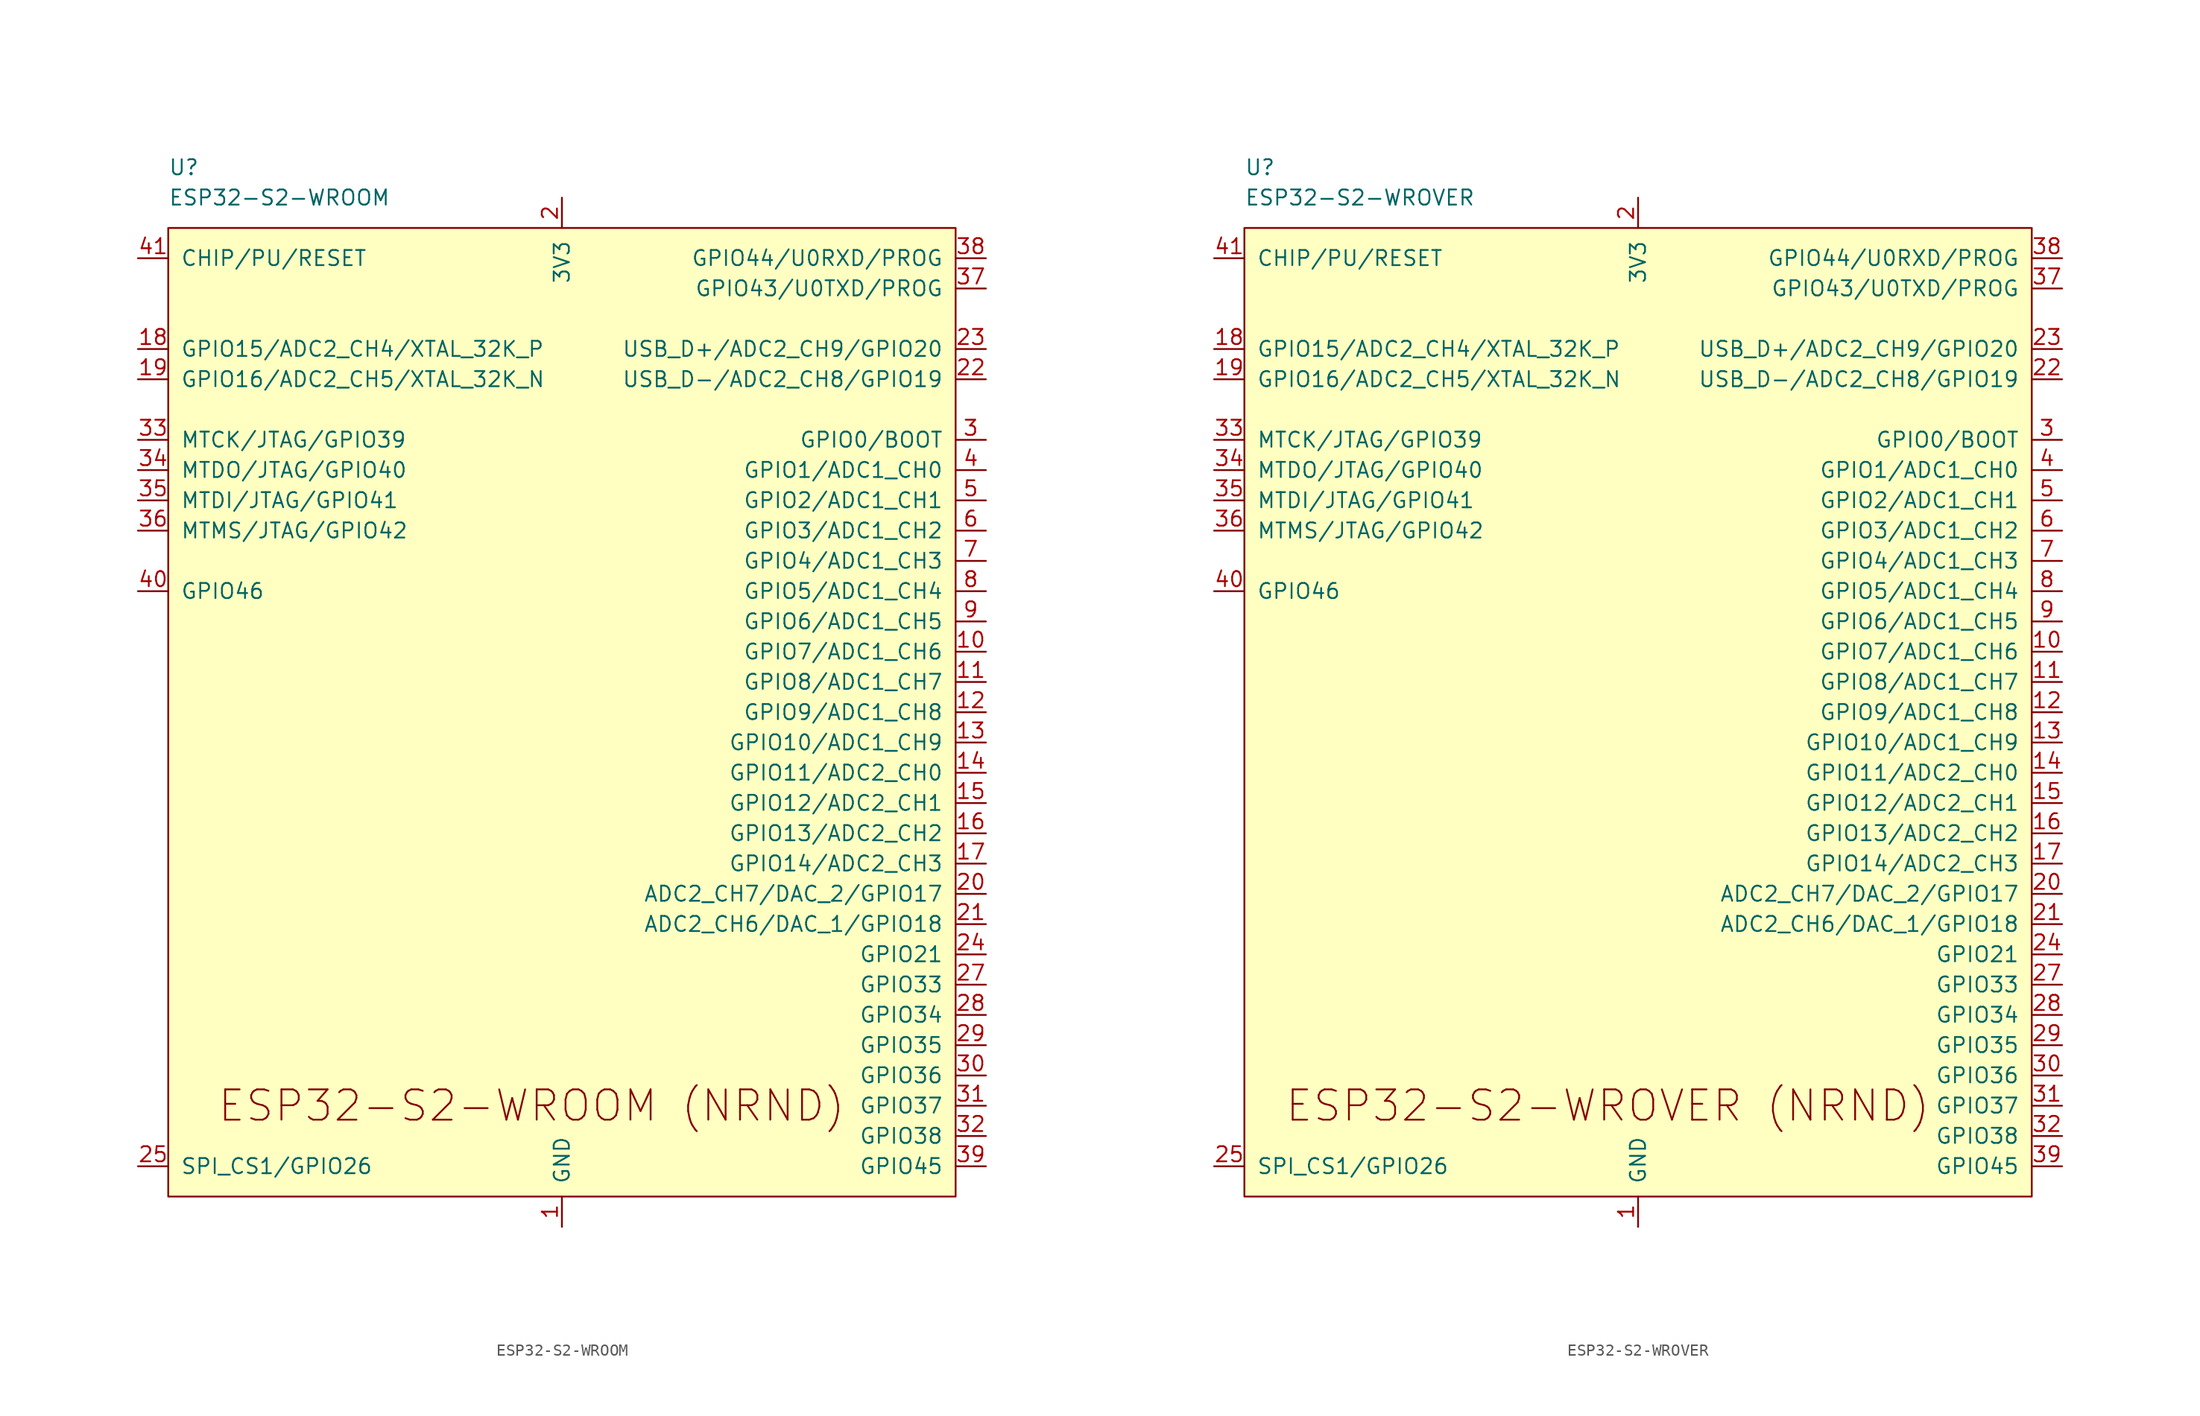
<source format=kicad_sym>
(kicad_symbol_lib
  (version 20220914)
  (generator kicad_symbol_editor)
  (symbol "ESP32-S2-WROOM"
    (pin_names
      (offset 1.016))
    (property "Reference" "U"
      (at -33.02 45.72 0)
      (effects (font (size 1.27 1.27)) (justify left)))
    (property "Value" "ESP32-S2-WROOM"
      (at -33.02 43.18 0)
      (effects (font (size 1.27 1.27)) (justify left)))
    (symbol "ESP32-S2-WROOM_0_0"
      (pin passive line (at 0 -43.18 90) (length 2.54) hide (name "GND" (effects (font (size 1.27 1.27)))) (number "43" (effects (font (size 1.27 1.27))))))
    (symbol "ESP32-S2-WROOM_0_1"
      (rectangle (start -33.02 40.64) (end 33.02 -40.64) (stroke (width 0) (type default)) (fill (type background))))
    (symbol "ESP32-S2-WROOM_1_1"
      (text "ESP32-S2-WROOM (NRND)" (at -2.54 -33.02 0) (effects (font (size 2.54 2.54))))
      (pin power_in line (at 0 -43.18 90) (length 2.54) (name "GND" (effects (font (size 1.27 1.27)))) (number "1" (effects (font (size 1.27 1.27)))))
      (pin bidirectional line (at 35.56 5.08 180) (length 2.54) (name "GPIO7/ADC1_CH6" (effects (font (size 1.27 1.27)))) (number "10" (effects (font (size 1.27 1.27)))))
      (pin bidirectional line (at 35.56 2.54 180) (length 2.54) (name "GPIO8/ADC1_CH7" (effects (font (size 1.27 1.27)))) (number "11" (effects (font (size 1.27 1.27)))))
      (pin bidirectional line (at 35.56 0 180) (length 2.54) (name "GPIO9/ADC1_CH8" (effects (font (size 1.27 1.27)))) (number "12" (effects (font (size 1.27 1.27)))))
      (pin bidirectional line (at 35.56 -2.54 180) (length 2.54) (name "GPIO10/ADC1_CH9" (effects (font (size 1.27 1.27)))) (number "13" (effects (font (size 1.27 1.27)))))
      (pin bidirectional line (at 35.56 -5.08 180) (length 2.54) (name "GPIO11/ADC2_CH0" (effects (font (size 1.27 1.27)))) (number "14" (effects (font (size 1.27 1.27)))))
      (pin bidirectional line (at 35.56 -7.62 180) (length 2.54) (name "GPIO12/ADC2_CH1" (effects (font (size 1.27 1.27)))) (number "15" (effects (font (size 1.27 1.27)))))
      (pin bidirectional line (at 35.56 -10.16 180) (length 2.54) (name "GPIO13/ADC2_CH2" (effects (font (size 1.27 1.27)))) (number "16" (effects (font (size 1.27 1.27)))))
      (pin bidirectional line (at 35.56 -12.7 180) (length 2.54) (name "GPIO14/ADC2_CH3" (effects (font (size 1.27 1.27)))) (number "17" (effects (font (size 1.27 1.27)))))
      (pin bidirectional line (at -35.56 30.48 0) (length 2.54) (name "GPIO15/ADC2_CH4/XTAL_32K_P" (effects (font (size 1.27 1.27)))) (number "18" (effects (font (size 1.27 1.27)))))
      (pin bidirectional line (at -35.56 27.94 0) (length 2.54) (name "GPIO16/ADC2_CH5/XTAL_32K_N" (effects (font (size 1.27 1.27)))) (number "19" (effects (font (size 1.27 1.27)))))
      (pin power_in line (at 0 43.18 270) (length 2.54) (name "3V3" (effects (font (size 1.27 1.27)))) (number "2" (effects (font (size 1.27 1.27)))))
      (pin bidirectional line (at 35.56 -15.24 180) (length 2.54) (name "ADC2_CH7/DAC_2/GPIO17" (effects (font (size 1.27 1.27)))) (number "20" (effects (font (size 1.27 1.27)))))
      (pin bidirectional line (at 35.56 -17.78 180) (length 2.54) (name "ADC2_CH6/DAC_1/GPIO18" (effects (font (size 1.27 1.27)))) (number "21" (effects (font (size 1.27 1.27)))))
      (pin bidirectional line (at 35.56 27.94 180) (length 2.54) (name "USB_D-/ADC2_CH8/GPIO19" (effects (font (size 1.27 1.27)))) (number "22" (effects (font (size 1.27 1.27)))))
      (pin bidirectional line (at 35.56 30.48 180) (length 2.54) (name "USB_D+/ADC2_CH9/GPIO20" (effects (font (size 1.27 1.27)))) (number "23" (effects (font (size 1.27 1.27)))))
      (pin bidirectional line (at 35.56 -20.32 180) (length 2.54) (name "GPIO21" (effects (font (size 1.27 1.27)))) (number "24" (effects (font (size 1.27 1.27)))))
      (pin bidirectional line (at -35.56 -38.1 0) (length 2.54) (name "SPI_CS1/GPIO26" (effects (font (size 1.27 1.27)))) (number "25" (effects (font (size 1.27 1.27)))))
      (pin passive line (at 0 -43.18 90) (length 2.54) hide (name "GND" (effects (font (size 1.27 1.27)))) (number "26" (effects (font (size 1.27 1.27)))))
      (pin bidirectional line (at 35.56 -22.86 180) (length 2.54) (name "GPIO33" (effects (font (size 1.27 1.27)))) (number "27" (effects (font (size 1.27 1.27)))))
      (pin bidirectional line (at 35.56 -25.4 180) (length 2.54) (name "GPIO34" (effects (font (size 1.27 1.27)))) (number "28" (effects (font (size 1.27 1.27)))))
      (pin bidirectional line (at 35.56 -27.94 180) (length 2.54) (name "GPIO35" (effects (font (size 1.27 1.27)))) (number "29" (effects (font (size 1.27 1.27)))))
      (pin bidirectional line (at 35.56 22.86 180) (length 2.54) (name "GPIO0/BOOT" (effects (font (size 1.27 1.27)))) (number "3" (effects (font (size 1.27 1.27)))))
      (pin bidirectional line (at 35.56 -30.48 180) (length 2.54) (name "GPIO36" (effects (font (size 1.27 1.27)))) (number "30" (effects (font (size 1.27 1.27)))))
      (pin bidirectional line (at 35.56 -33.02 180) (length 2.54) (name "GPIO37" (effects (font (size 1.27 1.27)))) (number "31" (effects (font (size 1.27 1.27)))))
      (pin bidirectional line (at 35.56 -35.56 180) (length 2.54) (name "GPIO38" (effects (font (size 1.27 1.27)))) (number "32" (effects (font (size 1.27 1.27)))))
      (pin bidirectional line (at -35.56 22.86 0) (length 2.54) (name "MTCK/JTAG/GPIO39" (effects (font (size 1.27 1.27)))) (number "33" (effects (font (size 1.27 1.27)))))
      (pin bidirectional line (at -35.56 20.32 0) (length 2.54) (name "MTDO/JTAG/GPIO40" (effects (font (size 1.27 1.27)))) (number "34" (effects (font (size 1.27 1.27)))))
      (pin bidirectional line (at -35.56 17.78 0) (length 2.54) (name "MTDI/JTAG/GPIO41" (effects (font (size 1.27 1.27)))) (number "35" (effects (font (size 1.27 1.27)))))
      (pin bidirectional line (at -35.56 15.24 0) (length 2.54) (name "MTMS/JTAG/GPIO42" (effects (font (size 1.27 1.27)))) (number "36" (effects (font (size 1.27 1.27)))))
      (pin bidirectional line (at 35.56 35.56 180) (length 2.54) (name "GPIO43/U0TXD/PROG" (effects (font (size 1.27 1.27)))) (number "37" (effects (font (size 1.27 1.27)))))
      (pin bidirectional line (at 35.56 38.1 180) (length 2.54) (name "GPIO44/U0RXD/PROG" (effects (font (size 1.27 1.27)))) (number "38" (effects (font (size 1.27 1.27)))))
      (pin bidirectional line (at 35.56 -38.1 180) (length 2.54) (name "GPIO45" (effects (font (size 1.27 1.27)))) (number "39" (effects (font (size 1.27 1.27)))))
      (pin bidirectional line (at 35.56 20.32 180) (length 2.54) (name "GPIO1/ADC1_CH0" (effects (font (size 1.27 1.27)))) (number "4" (effects (font (size 1.27 1.27)))))
      (pin input line (at -35.56 10.16 0) (length 2.54) (name "GPIO46" (effects (font (size 1.27 1.27)))) (number "40" (effects (font (size 1.27 1.27)))))
      (pin input line (at -35.56 38.1 0) (length 2.54) (name "CHIP/PU/RESET" (effects (font (size 1.27 1.27)))) (number "41" (effects (font (size 1.27 1.27)))))
      (pin passive line (at 0 -43.18 90) (length 2.54) hide (name "GND" (effects (font (size 1.27 1.27)))) (number "42" (effects (font (size 1.27 1.27)))))
      (pin bidirectional line (at 35.56 17.78 180) (length 2.54) (name "GPIO2/ADC1_CH1" (effects (font (size 1.27 1.27)))) (number "5" (effects (font (size 1.27 1.27)))))
      (pin bidirectional line (at 35.56 15.24 180) (length 2.54) (name "GPIO3/ADC1_CH2" (effects (font (size 1.27 1.27)))) (number "6" (effects (font (size 1.27 1.27)))))
      (pin bidirectional line (at 35.56 12.7 180) (length 2.54) (name "GPIO4/ADC1_CH3" (effects (font (size 1.27 1.27)))) (number "7" (effects (font (size 1.27 1.27)))))
      (pin bidirectional line (at 35.56 10.16 180) (length 2.54) (name "GPIO5/ADC1_CH4" (effects (font (size 1.27 1.27)))) (number "8" (effects (font (size 1.27 1.27)))))
      (pin bidirectional line (at 35.56 7.62 180) (length 2.54) (name "GPIO6/ADC1_CH5" (effects (font (size 1.27 1.27)))) (number "9" (effects (font (size 1.27 1.27)))))))
  (symbol "ESP32-S2-WROVER"
    (pin_names
      (offset 1.016))
    (property "Reference" "U"
      (at -33.02 45.72 0)
      (effects (font (size 1.27 1.27)) (justify left)))
    (property "Value" "ESP32-S2-WROVER"
      (at -33.02 43.18 0)
      (effects (font (size 1.27 1.27)) (justify left)))
    (symbol "ESP32-S2-WROVER_0_0"
      (text "ESP32-S2-WROVER (NRND)" (at -2.54 -33.02 0) (effects (font (size 2.54 2.54))))
      (pin power_in line (at 0 -43.18 90) (length 2.54) (name "GND" (effects (font (size 1.27 1.27)))) (number "1" (effects (font (size 1.27 1.27)))))
      (pin bidirectional line (at 35.56 5.08 180) (length 2.54) (name "GPIO7/ADC1_CH6" (effects (font (size 1.27 1.27)))) (number "10" (effects (font (size 1.27 1.27)))))
      (pin bidirectional line (at 35.56 2.54 180) (length 2.54) (name "GPIO8/ADC1_CH7" (effects (font (size 1.27 1.27)))) (number "11" (effects (font (size 1.27 1.27)))))
      (pin bidirectional line (at 35.56 0 180) (length 2.54) (name "GPIO9/ADC1_CH8" (effects (font (size 1.27 1.27)))) (number "12" (effects (font (size 1.27 1.27)))))
      (pin bidirectional line (at 35.56 -2.54 180) (length 2.54) (name "GPIO10/ADC1_CH9" (effects (font (size 1.27 1.27)))) (number "13" (effects (font (size 1.27 1.27)))))
      (pin bidirectional line (at 35.56 -5.08 180) (length 2.54) (name "GPIO11/ADC2_CH0" (effects (font (size 1.27 1.27)))) (number "14" (effects (font (size 1.27 1.27)))))
      (pin bidirectional line (at 35.56 -7.62 180) (length 2.54) (name "GPIO12/ADC2_CH1" (effects (font (size 1.27 1.27)))) (number "15" (effects (font (size 1.27 1.27)))))
      (pin bidirectional line (at 35.56 -10.16 180) (length 2.54) (name "GPIO13/ADC2_CH2" (effects (font (size 1.27 1.27)))) (number "16" (effects (font (size 1.27 1.27)))))
      (pin bidirectional line (at 35.56 -12.7 180) (length 2.54) (name "GPIO14/ADC2_CH3" (effects (font (size 1.27 1.27)))) (number "17" (effects (font (size 1.27 1.27)))))
      (pin bidirectional line (at -35.56 30.48 0) (length 2.54) (name "GPIO15/ADC2_CH4/XTAL_32K_P" (effects (font (size 1.27 1.27)))) (number "18" (effects (font (size 1.27 1.27)))))
      (pin bidirectional line (at -35.56 27.94 0) (length 2.54) (name "GPIO16/ADC2_CH5/XTAL_32K_N" (effects (font (size 1.27 1.27)))) (number "19" (effects (font (size 1.27 1.27)))))
      (pin power_in line (at 0 43.18 270) (length 2.54) (name "3V3" (effects (font (size 1.27 1.27)))) (number "2" (effects (font (size 1.27 1.27)))))
      (pin bidirectional line (at 35.56 -15.24 180) (length 2.54) (name "ADC2_CH7/DAC_2/GPIO17" (effects (font (size 1.27 1.27)))) (number "20" (effects (font (size 1.27 1.27)))))
      (pin bidirectional line (at 35.56 -17.78 180) (length 2.54) (name "ADC2_CH6/DAC_1/GPIO18" (effects (font (size 1.27 1.27)))) (number "21" (effects (font (size 1.27 1.27)))))
      (pin bidirectional line (at 35.56 27.94 180) (length 2.54) (name "USB_D-/ADC2_CH8/GPIO19" (effects (font (size 1.27 1.27)))) (number "22" (effects (font (size 1.27 1.27)))))
      (pin bidirectional line (at 35.56 30.48 180) (length 2.54) (name "USB_D+/ADC2_CH9/GPIO20" (effects (font (size 1.27 1.27)))) (number "23" (effects (font (size 1.27 1.27)))))
      (pin bidirectional line (at 35.56 -20.32 180) (length 2.54) (name "GPIO21" (effects (font (size 1.27 1.27)))) (number "24" (effects (font (size 1.27 1.27)))))
      (pin bidirectional line (at -35.56 -38.1 0) (length 2.54) (name "SPI_CS1/GPIO26" (effects (font (size 1.27 1.27)))) (number "25" (effects (font (size 1.27 1.27)))))
      (pin passive line (at 0 -43.18 90) (length 2.54) hide (name "GND" (effects (font (size 1.27 1.27)))) (number "26" (effects (font (size 1.27 1.27)))))
      (pin bidirectional line (at 35.56 -22.86 180) (length 2.54) (name "GPIO33" (effects (font (size 1.27 1.27)))) (number "27" (effects (font (size 1.27 1.27)))))
      (pin bidirectional line (at 35.56 -25.4 180) (length 2.54) (name "GPIO34" (effects (font (size 1.27 1.27)))) (number "28" (effects (font (size 1.27 1.27)))))
      (pin bidirectional line (at 35.56 -27.94 180) (length 2.54) (name "GPIO35" (effects (font (size 1.27 1.27)))) (number "29" (effects (font (size 1.27 1.27)))))
      (pin bidirectional line (at 35.56 22.86 180) (length 2.54) (name "GPIO0/BOOT" (effects (font (size 1.27 1.27)))) (number "3" (effects (font (size 1.27 1.27)))))
      (pin bidirectional line (at 35.56 -30.48 180) (length 2.54) (name "GPIO36" (effects (font (size 1.27 1.27)))) (number "30" (effects (font (size 1.27 1.27)))))
      (pin bidirectional line (at 35.56 -33.02 180) (length 2.54) (name "GPIO37" (effects (font (size 1.27 1.27)))) (number "31" (effects (font (size 1.27 1.27)))))
      (pin bidirectional line (at 35.56 -35.56 180) (length 2.54) (name "GPIO38" (effects (font (size 1.27 1.27)))) (number "32" (effects (font (size 1.27 1.27)))))
      (pin bidirectional line (at -35.56 22.86 0) (length 2.54) (name "MTCK/JTAG/GPIO39" (effects (font (size 1.27 1.27)))) (number "33" (effects (font (size 1.27 1.27)))))
      (pin bidirectional line (at -35.56 20.32 0) (length 2.54) (name "MTDO/JTAG/GPIO40" (effects (font (size 1.27 1.27)))) (number "34" (effects (font (size 1.27 1.27)))))
      (pin bidirectional line (at -35.56 17.78 0) (length 2.54) (name "MTDI/JTAG/GPIO41" (effects (font (size 1.27 1.27)))) (number "35" (effects (font (size 1.27 1.27)))))
      (pin bidirectional line (at -35.56 15.24 0) (length 2.54) (name "MTMS/JTAG/GPIO42" (effects (font (size 1.27 1.27)))) (number "36" (effects (font (size 1.27 1.27)))))
      (pin bidirectional line (at 35.56 35.56 180) (length 2.54) (name "GPIO43/U0TXD/PROG" (effects (font (size 1.27 1.27)))) (number "37" (effects (font (size 1.27 1.27)))))
      (pin bidirectional line (at 35.56 38.1 180) (length 2.54) (name "GPIO44/U0RXD/PROG" (effects (font (size 1.27 1.27)))) (number "38" (effects (font (size 1.27 1.27)))))
      (pin bidirectional line (at 35.56 -38.1 180) (length 2.54) (name "GPIO45" (effects (font (size 1.27 1.27)))) (number "39" (effects (font (size 1.27 1.27)))))
      (pin bidirectional line (at 35.56 20.32 180) (length 2.54) (name "GPIO1/ADC1_CH0" (effects (font (size 1.27 1.27)))) (number "4" (effects (font (size 1.27 1.27)))))
      (pin input line (at -35.56 10.16 0) (length 2.54) (name "GPIO46" (effects (font (size 1.27 1.27)))) (number "40" (effects (font (size 1.27 1.27)))))
      (pin input line (at -35.56 38.1 0) (length 2.54) (name "CHIP/PU/RESET" (effects (font (size 1.27 1.27)))) (number "41" (effects (font (size 1.27 1.27)))))
      (pin passive line (at 0 -43.18 90) (length 2.54) hide (name "GND" (effects (font (size 1.27 1.27)))) (number "42" (effects (font (size 1.27 1.27)))))
      (pin passive line (at 0 -43.18 90) (length 2.54) hide (name "GND" (effects (font (size 1.27 1.27)))) (number "43" (effects (font (size 1.27 1.27)))))
      (pin bidirectional line (at 35.56 17.78 180) (length 2.54) (name "GPIO2/ADC1_CH1" (effects (font (size 1.27 1.27)))) (number "5" (effects (font (size 1.27 1.27)))))
      (pin bidirectional line (at 35.56 15.24 180) (length 2.54) (name "GPIO3/ADC1_CH2" (effects (font (size 1.27 1.27)))) (number "6" (effects (font (size 1.27 1.27)))))
      (pin bidirectional line (at 35.56 12.7 180) (length 2.54) (name "GPIO4/ADC1_CH3" (effects (font (size 1.27 1.27)))) (number "7" (effects (font (size 1.27 1.27)))))
      (pin bidirectional line (at 35.56 10.16 180) (length 2.54) (name "GPIO5/ADC1_CH4" (effects (font (size 1.27 1.27)))) (number "8" (effects (font (size 1.27 1.27)))))
      (pin bidirectional line (at 35.56 7.62 180) (length 2.54) (name "GPIO6/ADC1_CH5" (effects (font (size 1.27 1.27)))) (number "9" (effects (font (size 1.27 1.27))))))
    (symbol "ESP32-S2-WROVER_0_1"
      (rectangle (start -33.02 40.64) (end 33.02 -40.64) (stroke (width 0) (type default)) (fill (type background))))))
</source>
